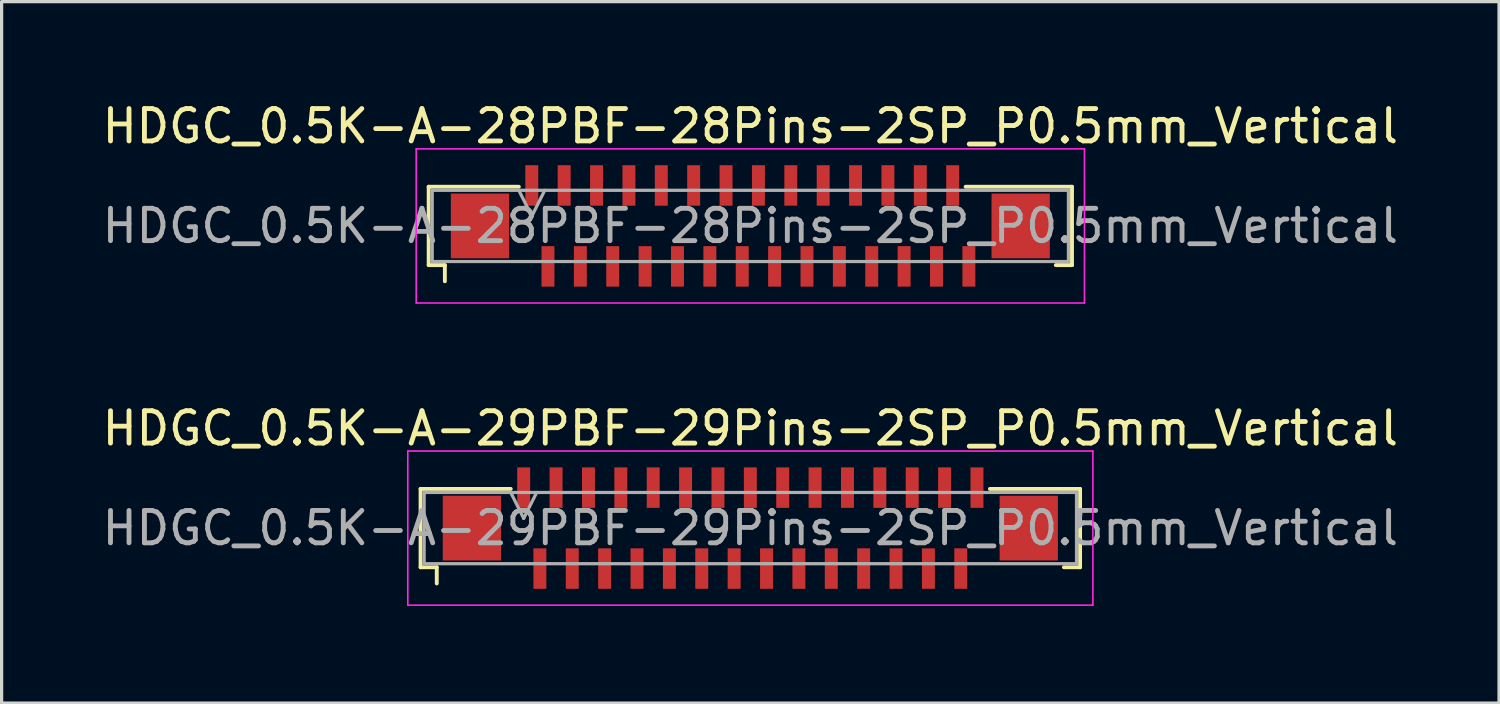
<source format=kicad_pcb>
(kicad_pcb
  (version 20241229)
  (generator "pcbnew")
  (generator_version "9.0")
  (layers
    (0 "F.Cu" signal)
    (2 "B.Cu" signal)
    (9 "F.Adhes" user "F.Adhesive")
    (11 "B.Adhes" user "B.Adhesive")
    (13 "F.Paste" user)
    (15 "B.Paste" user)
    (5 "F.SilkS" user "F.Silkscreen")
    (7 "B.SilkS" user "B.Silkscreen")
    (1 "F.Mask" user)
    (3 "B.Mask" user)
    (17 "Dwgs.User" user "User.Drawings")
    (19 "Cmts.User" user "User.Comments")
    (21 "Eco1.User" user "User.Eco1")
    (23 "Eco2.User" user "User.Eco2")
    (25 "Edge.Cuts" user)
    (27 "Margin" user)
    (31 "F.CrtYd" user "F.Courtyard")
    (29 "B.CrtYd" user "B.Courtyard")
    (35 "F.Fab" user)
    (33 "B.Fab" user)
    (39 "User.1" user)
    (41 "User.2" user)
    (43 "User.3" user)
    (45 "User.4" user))
  (footprint "HDGC_0.5K-A-28PBF-28Pins-2SP_P0.5mm_Vertical"
    (layer "F.Cu")
    (at 20.125 3.928)
    (property "Reference" "HDGC_0.5K-A-28PBF-28Pins-2SP_P0.5mm_Vertical" (at 0 -3.08 0) (layer "F.SilkS") (effects (font (size 1 1) (thickness 0.15))))
    (attr smd)
    (fp_line (start -9.935 -1.21) (end -7.15 -1.21) (stroke (width 0.12) (type solid)) (layer "F.SilkS"))
    (fp_line (start -9.935 1.21) (end -9.935 -1.21) (stroke (width 0.12) (type solid)) (layer "F.SilkS"))
    (fp_line (start -9.435 1.21) (end -9.935 1.21) (stroke (width 0.12) (type solid)) (layer "F.SilkS"))
    (fp_line (start -9.435 1.71) (end -9.435 1.21) (stroke (width 0.12) (type solid)) (layer "F.SilkS"))
    (fp_line (start 9.435 1.21) (end 9.935 1.21) (stroke (width 0.12) (type solid)) (layer "F.SilkS"))
    (fp_line (start 9.935 -1.21) (end 6.65 -1.21) (stroke (width 0.12) (type solid)) (layer "F.SilkS"))
    (fp_line (start 9.935 1.21) (end 9.935 -1.21) (stroke (width 0.12) (type solid)) (layer "F.SilkS"))
    (fp_line (start -10.32 -2.38) (end 10.32 -2.38) (stroke (width 0.05) (type solid)) (layer "F.CrtYd"))
    (fp_line (start -10.32 2.38) (end -10.32 -2.38) (stroke (width 0.05) (type solid)) (layer "F.CrtYd"))
    (fp_line (start 10.32 -2.38) (end 10.32 2.38) (stroke (width 0.05) (type solid)) (layer "F.CrtYd"))
    (fp_line (start 10.32 2.38) (end -10.32 2.38) (stroke (width 0.05) (type solid)) (layer "F.CrtYd"))
    (fp_line (start -9.825 -1.1) (end -9.825 1.1) (stroke (width 0.1) (type solid)) (layer "F.Fab"))
    (fp_line (start -9.825 1.1) (end 9.825 1.1) (stroke (width 0.1) (type solid)) (layer "F.Fab"))
    (fp_line (start -7.15 -1.1) (end -6.75 -0.3) (stroke (width 0.1) (type solid)) (layer "F.Fab"))
    (fp_line (start -6.75 -0.3) (end -6.35 -1.1) (stroke (width 0.1) (type solid)) (layer "F.Fab"))
    (fp_line (start 9.825 -1.1) (end -9.825 -1.1) (stroke (width 0.1) (type solid)) (layer "F.Fab"))
    (fp_line (start 9.825 1.1) (end 9.825 -1.1) (stroke (width 0.1) (type solid)) (layer "F.Fab"))
    (fp_text user "${REFERENCE}" (at 0 0 0) (layer "F.Fab") (effects (font (size 1 1) (thickness 0.15))))
    (pad "1" smd rect (at -6.75 -1.25) (size 0.4 1.25) (layers "F.Cu" "F.Mask" "F.Paste"))
    (pad "2" smd rect (at -6.25 1.25) (size 0.4 1.25) (layers "F.Cu" "F.Mask" "F.Paste"))
    (pad "3" smd rect (at -5.75 -1.25) (size 0.4 1.25) (layers "F.Cu" "F.Mask" "F.Paste"))
    (pad "4" smd rect (at -5.25 1.25) (size 0.4 1.25) (layers "F.Cu" "F.Mask" "F.Paste"))
    (pad "5" smd rect (at -4.75 -1.25) (size 0.4 1.25) (layers "F.Cu" "F.Mask" "F.Paste"))
    (pad "6" smd rect (at -4.25 1.25) (size 0.4 1.25) (layers "F.Cu" "F.Mask" "F.Paste"))
    (pad "7" smd rect (at -3.75 -1.25) (size 0.4 1.25) (layers "F.Cu" "F.Mask" "F.Paste"))
    (pad "8" smd rect (at -3.25 1.25) (size 0.4 1.25) (layers "F.Cu" "F.Mask" "F.Paste"))
    (pad "9" smd rect (at -2.75 -1.25) (size 0.4 1.25) (layers "F.Cu" "F.Mask" "F.Paste"))
    (pad "10" smd rect (at -2.25 1.25) (size 0.4 1.25) (layers "F.Cu" "F.Mask" "F.Paste"))
    (pad "11" smd rect (at -1.75 -1.25) (size 0.4 1.25) (layers "F.Cu" "F.Mask" "F.Paste"))
    (pad "12" smd rect (at -1.25 1.25) (size 0.4 1.25) (layers "F.Cu" "F.Mask" "F.Paste"))
    (pad "13" smd rect (at -0.75 -1.25) (size 0.4 1.25) (layers "F.Cu" "F.Mask" "F.Paste"))
    (pad "14" smd rect (at -0.25 1.25) (size 0.4 1.25) (layers "F.Cu" "F.Mask" "F.Paste"))
    (pad "15" smd rect (at 0.25 -1.25) (size 0.4 1.25) (layers "F.Cu" "F.Mask" "F.Paste"))
    (pad "16" smd rect (at 0.75 1.25) (size 0.4 1.25) (layers "F.Cu" "F.Mask" "F.Paste"))
    (pad "17" smd rect (at 1.25 -1.25) (size 0.4 1.25) (layers "F.Cu" "F.Mask" "F.Paste"))
    (pad "18" smd rect (at 1.75 1.25) (size 0.4 1.25) (layers "F.Cu" "F.Mask" "F.Paste"))
    (pad "19" smd rect (at 2.25 -1.25) (size 0.4 1.25) (layers "F.Cu" "F.Mask" "F.Paste"))
    (pad "20" smd rect (at 2.75 1.25) (size 0.4 1.25) (layers "F.Cu" "F.Mask" "F.Paste"))
    (pad "21" smd rect (at 3.25 -1.25) (size 0.4 1.25) (layers "F.Cu" "F.Mask" "F.Paste"))
    (pad "22" smd rect (at 3.75 1.25) (size 0.4 1.25) (layers "F.Cu" "F.Mask" "F.Paste"))
    (pad "23" smd rect (at 4.25 -1.25) (size 0.4 1.25) (layers "F.Cu" "F.Mask" "F.Paste"))
    (pad "24" smd rect (at 4.75 1.25) (size 0.4 1.25) (layers "F.Cu" "F.Mask" "F.Paste"))
    (pad "25" smd rect (at 5.25 -1.25) (size 0.4 1.25) (layers "F.Cu" "F.Mask" "F.Paste"))
    (pad "26" smd rect (at 5.75 1.25) (size 0.4 1.25) (layers "F.Cu" "F.Mask" "F.Paste"))
    (pad "27" smd rect (at 6.25 -1.25) (size 0.4 1.25) (layers "F.Cu" "F.Mask" "F.Paste"))
    (pad "28" smd rect (at 6.75 1.25) (size 0.4 1.25) (layers "F.Cu" "F.Mask" "F.Paste"))
    (pad "MP" smd rect (at -8.35 0) (size 1.8 2) (layers "F.Cu" "F.Mask" "F.Paste"))
    (pad "MP" smd rect (at 8.35 0) (size 1.8 2) (layers "F.Cu" "F.Mask" "F.Paste")))
  (footprint "HDGC_0.5K-A-29PBF-29Pins-2SP_P0.5mm_Vertical"
    (layer "F.Cu")
    (at 20.125 13.261)
    (property "Reference" "HDGC_0.5K-A-29PBF-29Pins-2SP_P0.5mm_Vertical" (at 0 -3.08 0) (layer "F.SilkS") (effects (font (size 1 1) (thickness 0.15))))
    (attr smd)
    (fp_line (start -10.185 -1.21) (end -7.4 -1.21) (stroke (width 0.12) (type solid)) (layer "F.SilkS"))
    (fp_line (start -10.185 1.21) (end -10.185 -1.21) (stroke (width 0.12) (type solid)) (layer "F.SilkS"))
    (fp_line (start -9.685 1.21) (end -10.185 1.21) (stroke (width 0.12) (type solid)) (layer "F.SilkS"))
    (fp_line (start -9.685 1.71) (end -9.685 1.21) (stroke (width 0.12) (type solid)) (layer "F.SilkS"))
    (fp_line (start 9.685 1.21) (end 10.185 1.21) (stroke (width 0.12) (type solid)) (layer "F.SilkS"))
    (fp_line (start 10.185 -1.21) (end 7.4 -1.21) (stroke (width 0.12) (type solid)) (layer "F.SilkS"))
    (fp_line (start 10.185 1.21) (end 10.185 -1.21) (stroke (width 0.12) (type solid)) (layer "F.SilkS"))
    (fp_line (start -10.58 -2.38) (end 10.58 -2.38) (stroke (width 0.05) (type solid)) (layer "F.CrtYd"))
    (fp_line (start -10.58 2.38) (end -10.58 -2.38) (stroke (width 0.05) (type solid)) (layer "F.CrtYd"))
    (fp_line (start 10.58 -2.38) (end 10.58 2.38) (stroke (width 0.05) (type solid)) (layer "F.CrtYd"))
    (fp_line (start 10.58 2.38) (end -10.58 2.38) (stroke (width 0.05) (type solid)) (layer "F.CrtYd"))
    (fp_line (start -10.075 -1.1) (end -10.075 1.1) (stroke (width 0.1) (type solid)) (layer "F.Fab"))
    (fp_line (start -10.075 1.1) (end 10.075 1.1) (stroke (width 0.1) (type solid)) (layer "F.Fab"))
    (fp_line (start -7.4 -1.1) (end -7 -0.3) (stroke (width 0.1) (type solid)) (layer "F.Fab"))
    (fp_line (start -7 -0.3) (end -6.6 -1.1) (stroke (width 0.1) (type solid)) (layer "F.Fab"))
    (fp_line (start 10.075 -1.1) (end -10.075 -1.1) (stroke (width 0.1) (type solid)) (layer "F.Fab"))
    (fp_line (start 10.075 1.1) (end 10.075 -1.1) (stroke (width 0.1) (type solid)) (layer "F.Fab"))
    (fp_text user "${REFERENCE}" (at 0 0 0) (layer "F.Fab") (effects (font (size 1 1) (thickness 0.15))))
    (pad "1" smd rect (at -7 -1.25) (size 0.4 1.25) (layers "F.Cu" "F.Mask" "F.Paste"))
    (pad "2" smd rect (at -6.5 1.25) (size 0.4 1.25) (layers "F.Cu" "F.Mask" "F.Paste"))
    (pad "3" smd rect (at -6 -1.25) (size 0.4 1.25) (layers "F.Cu" "F.Mask" "F.Paste"))
    (pad "4" smd rect (at -5.5 1.25) (size 0.4 1.25) (layers "F.Cu" "F.Mask" "F.Paste"))
    (pad "5" smd rect (at -5 -1.25) (size 0.4 1.25) (layers "F.Cu" "F.Mask" "F.Paste"))
    (pad "6" smd rect (at -4.5 1.25) (size 0.4 1.25) (layers "F.Cu" "F.Mask" "F.Paste"))
    (pad "7" smd rect (at -4 -1.25) (size 0.4 1.25) (layers "F.Cu" "F.Mask" "F.Paste"))
    (pad "8" smd rect (at -3.5 1.25) (size 0.4 1.25) (layers "F.Cu" "F.Mask" "F.Paste"))
    (pad "9" smd rect (at -3 -1.25) (size 0.4 1.25) (layers "F.Cu" "F.Mask" "F.Paste"))
    (pad "10" smd rect (at -2.5 1.25) (size 0.4 1.25) (layers "F.Cu" "F.Mask" "F.Paste"))
    (pad "11" smd rect (at -2 -1.25) (size 0.4 1.25) (layers "F.Cu" "F.Mask" "F.Paste"))
    (pad "12" smd rect (at -1.5 1.25) (size 0.4 1.25) (layers "F.Cu" "F.Mask" "F.Paste"))
    (pad "13" smd rect (at -1 -1.25) (size 0.4 1.25) (layers "F.Cu" "F.Mask" "F.Paste"))
    (pad "14" smd rect (at -0.5 1.25) (size 0.4 1.25) (layers "F.Cu" "F.Mask" "F.Paste"))
    (pad "15" smd rect (at 0 -1.25) (size 0.4 1.25) (layers "F.Cu" "F.Mask" "F.Paste"))
    (pad "16" smd rect (at 0.5 1.25) (size 0.4 1.25) (layers "F.Cu" "F.Mask" "F.Paste"))
    (pad "17" smd rect (at 1 -1.25) (size 0.4 1.25) (layers "F.Cu" "F.Mask" "F.Paste"))
    (pad "18" smd rect (at 1.5 1.25) (size 0.4 1.25) (layers "F.Cu" "F.Mask" "F.Paste"))
    (pad "19" smd rect (at 2 -1.25) (size 0.4 1.25) (layers "F.Cu" "F.Mask" "F.Paste"))
    (pad "20" smd rect (at 2.5 1.25) (size 0.4 1.25) (layers "F.Cu" "F.Mask" "F.Paste"))
    (pad "21" smd rect (at 3 -1.25) (size 0.4 1.25) (layers "F.Cu" "F.Mask" "F.Paste"))
    (pad "22" smd rect (at 3.5 1.25) (size 0.4 1.25) (layers "F.Cu" "F.Mask" "F.Paste"))
    (pad "23" smd rect (at 4 -1.25) (size 0.4 1.25) (layers "F.Cu" "F.Mask" "F.Paste"))
    (pad "24" smd rect (at 4.5 1.25) (size 0.4 1.25) (layers "F.Cu" "F.Mask" "F.Paste"))
    (pad "25" smd rect (at 5 -1.25) (size 0.4 1.25) (layers "F.Cu" "F.Mask" "F.Paste"))
    (pad "26" smd rect (at 5.5 1.25) (size 0.4 1.25) (layers "F.Cu" "F.Mask" "F.Paste"))
    (pad "27" smd rect (at 6 -1.25) (size 0.4 1.25) (layers "F.Cu" "F.Mask" "F.Paste"))
    (pad "28" smd rect (at 6.5 1.25) (size 0.4 1.25) (layers "F.Cu" "F.Mask" "F.Paste"))
    (pad "29" smd rect (at 7 -1.25) (size 0.4 1.25) (layers "F.Cu" "F.Mask" "F.Paste"))
    (pad "MP" smd rect (at -8.6 0) (size 1.8 2) (layers "F.Cu" "F.Mask" "F.Paste"))
    (pad "MP" smd rect (at 8.6 0) (size 1.8 2) (layers "F.Cu" "F.Mask" "F.Paste")))
  (gr_rect
    (start -3 -3)
    (end 43.25 18.666)
    (stroke (width 0.1) (type default))
    (fill no)
    (layer "Edge.Cuts")))
</source>
